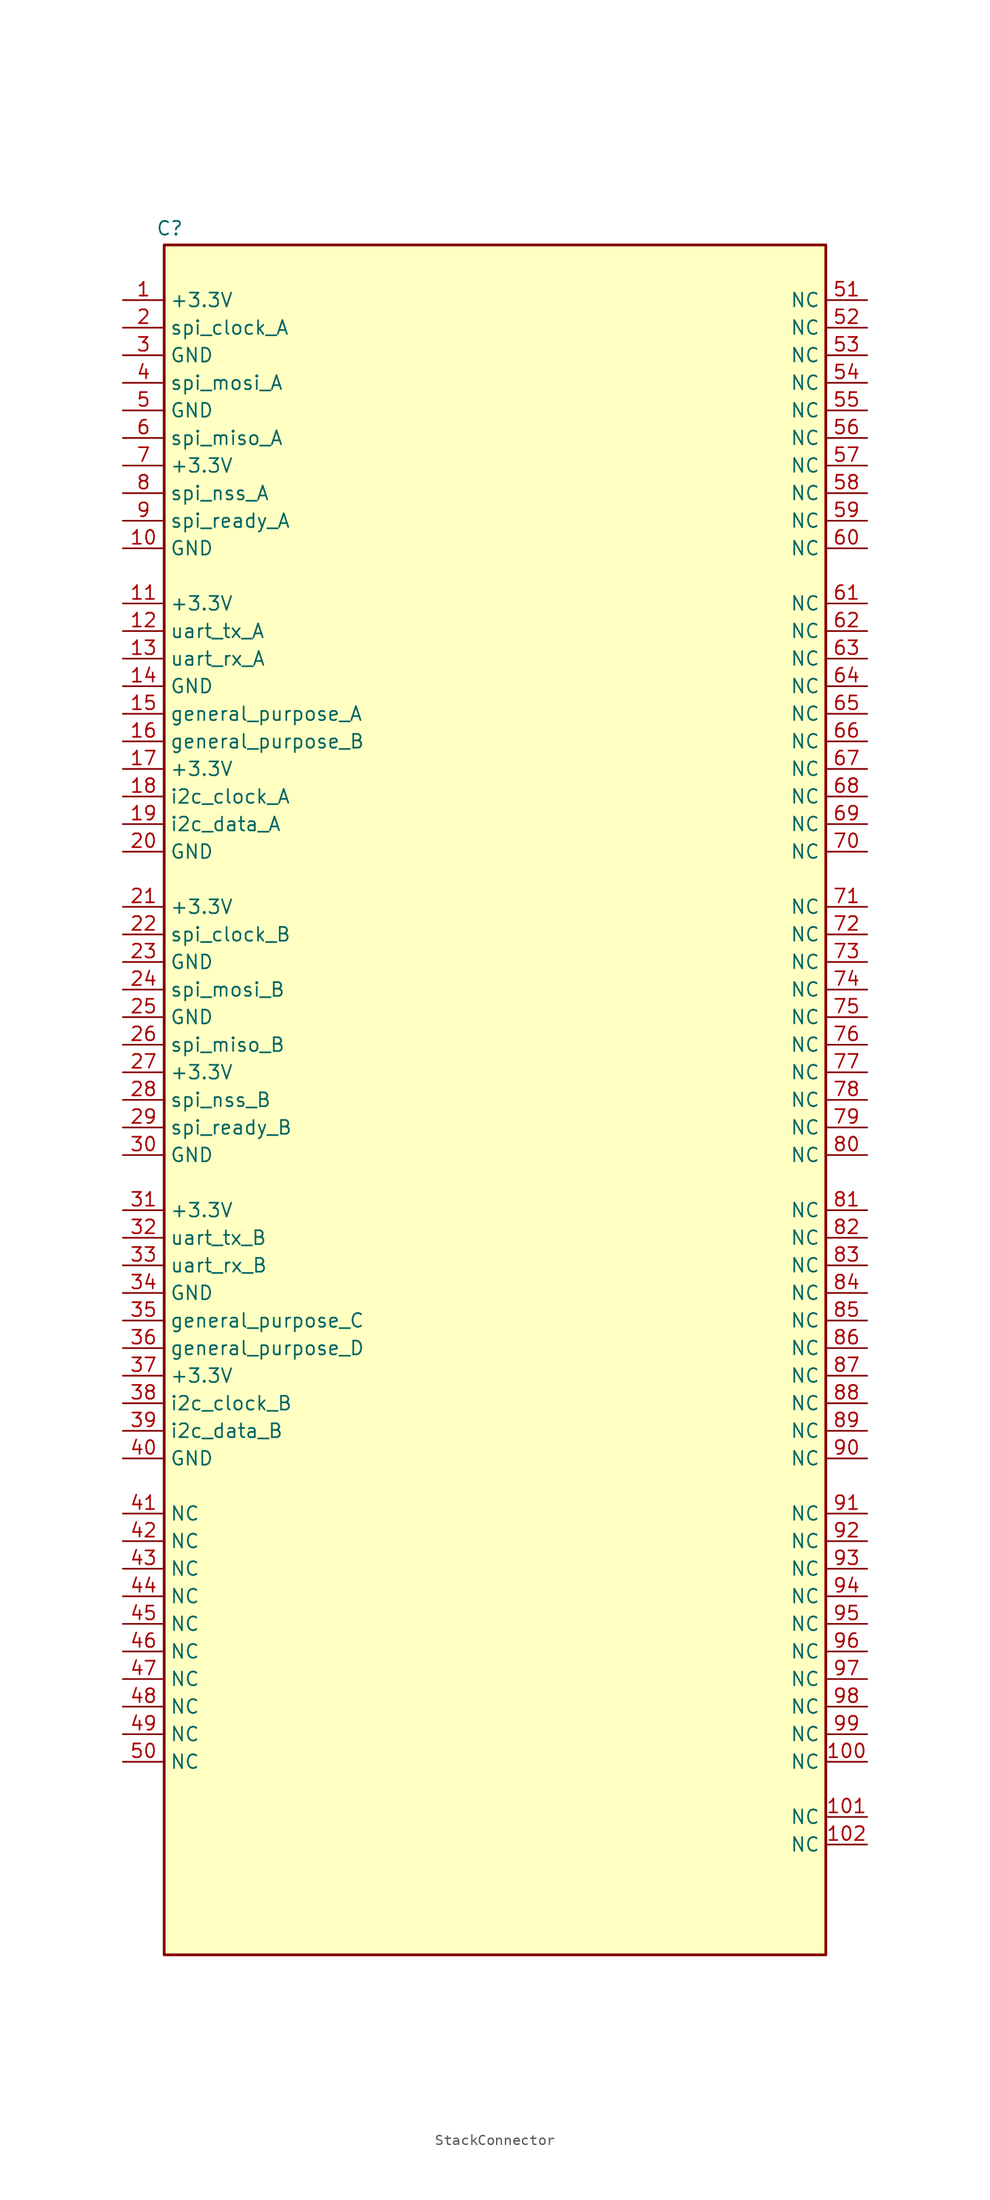
<source format=kicad_sym>
(kicad_symbol_lib
  (version 20241209)
  (generator "kicad_symbol_editor")
  (generator_version "9.0")
  (symbol "StackConnector"
    (property "Reference" "C"
      (at 0.508 1.524 0)
      (effects (font (size 1.27 1.27))))
    (symbol "StackConnector_1_1"
      (rectangle (start 0 0) (end 60.96 -157.48) (stroke (width 0.254) (type default)) (fill (type background)))
      (pin passive line (at -3.81 -5.08 0) (length 3.81) (name "+3.3V" (effects (font (size 1.27 1.27)))) (number "1" (effects (font (size 1.27 1.27)))))
      (pin passive line (at -3.81 -7.62 0) (length 3.81) (name "spi_clock_A" (effects (font (size 1.27 1.27)))) (number "2" (effects (font (size 1.27 1.27)))))
      (pin passive line (at -3.81 -10.16 0) (length 3.81) (name "GND" (effects (font (size 1.27 1.27)))) (number "3" (effects (font (size 1.27 1.27)))))
      (pin passive line (at -3.81 -12.7 0) (length 3.81) (name "spi_mosi_A" (effects (font (size 1.27 1.27)))) (number "4" (effects (font (size 1.27 1.27)))))
      (pin passive line (at -3.81 -15.24 0) (length 3.81) (name "GND" (effects (font (size 1.27 1.27)))) (number "5" (effects (font (size 1.27 1.27)))))
      (pin passive line (at -3.81 -17.78 0) (length 3.81) (name "spi_miso_A" (effects (font (size 1.27 1.27)))) (number "6" (effects (font (size 1.27 1.27)))))
      (pin passive line (at -3.81 -20.32 0) (length 3.81) (name "+3.3V" (effects (font (size 1.27 1.27)))) (number "7" (effects (font (size 1.27 1.27)))))
      (pin passive line (at -3.81 -22.86 0) (length 3.81) (name "spi_nss_A" (effects (font (size 1.27 1.27)))) (number "8" (effects (font (size 1.27 1.27)))))
      (pin passive line (at -3.81 -25.4 0) (length 3.81) (name "spi_ready_A" (effects (font (size 1.27 1.27)))) (number "9" (effects (font (size 1.27 1.27)))))
      (pin passive line (at -3.81 -27.94 0) (length 3.81) (name "GND" (effects (font (size 1.27 1.27)))) (number "10" (effects (font (size 1.27 1.27)))))
      (pin passive line (at -3.81 -33.02 0) (length 3.81) (name "+3.3V" (effects (font (size 1.27 1.27)))) (number "11" (effects (font (size 1.27 1.27)))))
      (pin passive line (at -3.81 -35.56 0) (length 3.81) (name "uart_tx_A" (effects (font (size 1.27 1.27)))) (number "12" (effects (font (size 1.27 1.27)))))
      (pin passive line (at -3.81 -38.1 0) (length 3.81) (name "uart_rx_A" (effects (font (size 1.27 1.27)))) (number "13" (effects (font (size 1.27 1.27)))))
      (pin passive line (at -3.81 -40.64 0) (length 3.81) (name "GND" (effects (font (size 1.27 1.27)))) (number "14" (effects (font (size 1.27 1.27)))))
      (pin passive line (at -3.81 -43.18 0) (length 3.81) (name "general_purpose_A" (effects (font (size 1.27 1.27)))) (number "15" (effects (font (size 1.27 1.27)))))
      (pin passive line (at -3.81 -45.72 0) (length 3.81) (name "general_purpose_B" (effects (font (size 1.27 1.27)))) (number "16" (effects (font (size 1.27 1.27)))))
      (pin passive line (at -3.81 -48.26 0) (length 3.81) (name "+3.3V" (effects (font (size 1.27 1.27)))) (number "17" (effects (font (size 1.27 1.27)))))
      (pin passive line (at -3.81 -50.8 0) (length 3.81) (name "i2c_clock_A" (effects (font (size 1.27 1.27)))) (number "18" (effects (font (size 1.27 1.27)))))
      (pin passive line (at -3.81 -53.34 0) (length 3.81) (name "i2c_data_A" (effects (font (size 1.27 1.27)))) (number "19" (effects (font (size 1.27 1.27)))))
      (pin passive line (at -3.81 -55.88 0) (length 3.81) (name "GND" (effects (font (size 1.27 1.27)))) (number "20" (effects (font (size 1.27 1.27)))))
      (pin passive line (at -3.81 -60.96 0) (length 3.81) (name "+3.3V" (effects (font (size 1.27 1.27)))) (number "21" (effects (font (size 1.27 1.27)))))
      (pin passive line (at -3.81 -63.5 0) (length 3.81) (name "spi_clock_B" (effects (font (size 1.27 1.27)))) (number "22" (effects (font (size 1.27 1.27)))))
      (pin passive line (at -3.81 -66.04 0) (length 3.81) (name "GND" (effects (font (size 1.27 1.27)))) (number "23" (effects (font (size 1.27 1.27)))))
      (pin passive line (at -3.81 -68.58 0) (length 3.81) (name "spi_mosi_B" (effects (font (size 1.27 1.27)))) (number "24" (effects (font (size 1.27 1.27)))))
      (pin passive line (at -3.81 -71.12 0) (length 3.81) (name "GND" (effects (font (size 1.27 1.27)))) (number "25" (effects (font (size 1.27 1.27)))))
      (pin passive line (at -3.81 -73.66 0) (length 3.81) (name "spi_miso_B" (effects (font (size 1.27 1.27)))) (number "26" (effects (font (size 1.27 1.27)))))
      (pin passive line (at -3.81 -76.2 0) (length 3.81) (name "+3.3V" (effects (font (size 1.27 1.27)))) (number "27" (effects (font (size 1.27 1.27)))))
      (pin passive line (at -3.81 -78.74 0) (length 3.81) (name "spi_nss_B" (effects (font (size 1.27 1.27)))) (number "28" (effects (font (size 1.27 1.27)))))
      (pin passive line (at -3.81 -81.28 0) (length 3.81) (name "spi_ready_B" (effects (font (size 1.27 1.27)))) (number "29" (effects (font (size 1.27 1.27)))))
      (pin passive line (at -3.81 -83.82 0) (length 3.81) (name "GND" (effects (font (size 1.27 1.27)))) (number "30" (effects (font (size 1.27 1.27)))))
      (pin passive line (at -3.81 -88.9 0) (length 3.81) (name "+3.3V" (effects (font (size 1.27 1.27)))) (number "31" (effects (font (size 1.27 1.27)))))
      (pin passive line (at -3.81 -91.44 0) (length 3.81) (name "uart_tx_B" (effects (font (size 1.27 1.27)))) (number "32" (effects (font (size 1.27 1.27)))))
      (pin passive line (at -3.81 -93.98 0) (length 3.81) (name "uart_rx_B" (effects (font (size 1.27 1.27)))) (number "33" (effects (font (size 1.27 1.27)))))
      (pin passive line (at -3.81 -96.52 0) (length 3.81) (name "GND" (effects (font (size 1.27 1.27)))) (number "34" (effects (font (size 1.27 1.27)))))
      (pin passive line (at -3.81 -99.06 0) (length 3.81) (name "general_purpose_C" (effects (font (size 1.27 1.27)))) (number "35" (effects (font (size 1.27 1.27)))))
      (pin passive line (at -3.81 -101.6 0) (length 3.81) (name "general_purpose_D" (effects (font (size 1.27 1.27)))) (number "36" (effects (font (size 1.27 1.27)))))
      (pin passive line (at -3.81 -104.14 0) (length 3.81) (name "+3.3V" (effects (font (size 1.27 1.27)))) (number "37" (effects (font (size 1.27 1.27)))))
      (pin passive line (at -3.81 -106.68 0) (length 3.81) (name "i2c_clock_B" (effects (font (size 1.27 1.27)))) (number "38" (effects (font (size 1.27 1.27)))))
      (pin passive line (at -3.81 -109.22 0) (length 3.81) (name "i2c_data_B" (effects (font (size 1.27 1.27)))) (number "39" (effects (font (size 1.27 1.27)))))
      (pin passive line (at -3.81 -111.76 0) (length 3.81) (name "GND" (effects (font (size 1.27 1.27)))) (number "40" (effects (font (size 1.27 1.27)))))
      (pin passive line (at -3.81 -116.84 0) (length 3.81) (name "NC" (effects (font (size 1.27 1.27)))) (number "41" (effects (font (size 1.27 1.27)))))
      (pin passive line (at -3.81 -119.38 0) (length 3.81) (name "NC" (effects (font (size 1.27 1.27)))) (number "42" (effects (font (size 1.27 1.27)))))
      (pin passive line (at -3.81 -121.92 0) (length 3.81) (name "NC" (effects (font (size 1.27 1.27)))) (number "43" (effects (font (size 1.27 1.27)))))
      (pin passive line (at -3.81 -124.46 0) (length 3.81) (name "NC" (effects (font (size 1.27 1.27)))) (number "44" (effects (font (size 1.27 1.27)))))
      (pin passive line (at -3.81 -127 0) (length 3.81) (name "NC" (effects (font (size 1.27 1.27)))) (number "45" (effects (font (size 1.27 1.27)))))
      (pin passive line (at -3.81 -129.54 0) (length 3.81) (name "NC" (effects (font (size 1.27 1.27)))) (number "46" (effects (font (size 1.27 1.27)))))
      (pin passive line (at -3.81 -132.08 0) (length 3.81) (name "NC" (effects (font (size 1.27 1.27)))) (number "47" (effects (font (size 1.27 1.27)))))
      (pin passive line (at -3.81 -134.62 0) (length 3.81) (name "NC" (effects (font (size 1.27 1.27)))) (number "48" (effects (font (size 1.27 1.27)))))
      (pin passive line (at -3.81 -137.16 0) (length 3.81) (name "NC" (effects (font (size 1.27 1.27)))) (number "49" (effects (font (size 1.27 1.27)))))
      (pin passive line (at -3.81 -139.7 0) (length 3.81) (name "NC" (effects (font (size 1.27 1.27)))) (number "50" (effects (font (size 1.27 1.27)))))
      (pin passive line (at 64.77 -5.08 180) (length 3.81) (name "NC" (effects (font (size 1.27 1.27)))) (number "51" (effects (font (size 1.27 1.27)))))
      (pin passive line (at 64.77 -7.62 180) (length 3.81) (name "NC" (effects (font (size 1.27 1.27)))) (number "52" (effects (font (size 1.27 1.27)))))
      (pin passive line (at 64.77 -10.16 180) (length 3.81) (name "NC" (effects (font (size 1.27 1.27)))) (number "53" (effects (font (size 1.27 1.27)))))
      (pin passive line (at 64.77 -12.7 180) (length 3.81) (name "NC" (effects (font (size 1.27 1.27)))) (number "54" (effects (font (size 1.27 1.27)))))
      (pin passive line (at 64.77 -15.24 180) (length 3.81) (name "NC" (effects (font (size 1.27 1.27)))) (number "55" (effects (font (size 1.27 1.27)))))
      (pin passive line (at 64.77 -17.78 180) (length 3.81) (name "NC" (effects (font (size 1.27 1.27)))) (number "56" (effects (font (size 1.27 1.27)))))
      (pin passive line (at 64.77 -20.32 180) (length 3.81) (name "NC" (effects (font (size 1.27 1.27)))) (number "57" (effects (font (size 1.27 1.27)))))
      (pin passive line (at 64.77 -22.86 180) (length 3.81) (name "NC" (effects (font (size 1.27 1.27)))) (number "58" (effects (font (size 1.27 1.27)))))
      (pin passive line (at 64.77 -25.4 180) (length 3.81) (name "NC" (effects (font (size 1.27 1.27)))) (number "59" (effects (font (size 1.27 1.27)))))
      (pin passive line (at 64.77 -27.94 180) (length 3.81) (name "NC" (effects (font (size 1.27 1.27)))) (number "60" (effects (font (size 1.27 1.27)))))
      (pin passive line (at 64.77 -33.02 180) (length 3.81) (name "NC" (effects (font (size 1.27 1.27)))) (number "61" (effects (font (size 1.27 1.27)))))
      (pin passive line (at 64.77 -35.56 180) (length 3.81) (name "NC" (effects (font (size 1.27 1.27)))) (number "62" (effects (font (size 1.27 1.27)))))
      (pin passive line (at 64.77 -38.1 180) (length 3.81) (name "NC" (effects (font (size 1.27 1.27)))) (number "63" (effects (font (size 1.27 1.27)))))
      (pin passive line (at 64.77 -40.64 180) (length 3.81) (name "NC" (effects (font (size 1.27 1.27)))) (number "64" (effects (font (size 1.27 1.27)))))
      (pin passive line (at 64.77 -43.18 180) (length 3.81) (name "NC" (effects (font (size 1.27 1.27)))) (number "65" (effects (font (size 1.27 1.27)))))
      (pin passive line (at 64.77 -45.72 180) (length 3.81) (name "NC" (effects (font (size 1.27 1.27)))) (number "66" (effects (font (size 1.27 1.27)))))
      (pin passive line (at 64.77 -48.26 180) (length 3.81) (name "NC" (effects (font (size 1.27 1.27)))) (number "67" (effects (font (size 1.27 1.27)))))
      (pin passive line (at 64.77 -50.8 180) (length 3.81) (name "NC" (effects (font (size 1.27 1.27)))) (number "68" (effects (font (size 1.27 1.27)))))
      (pin passive line (at 64.77 -53.34 180) (length 3.81) (name "NC" (effects (font (size 1.27 1.27)))) (number "69" (effects (font (size 1.27 1.27)))))
      (pin passive line (at 64.77 -55.88 180) (length 3.81) (name "NC" (effects (font (size 1.27 1.27)))) (number "70" (effects (font (size 1.27 1.27)))))
      (pin passive line (at 64.77 -60.96 180) (length 3.81) (name "NC" (effects (font (size 1.27 1.27)))) (number "71" (effects (font (size 1.27 1.27)))))
      (pin passive line (at 64.77 -63.5 180) (length 3.81) (name "NC" (effects (font (size 1.27 1.27)))) (number "72" (effects (font (size 1.27 1.27)))))
      (pin passive line (at 64.77 -66.04 180) (length 3.81) (name "NC" (effects (font (size 1.27 1.27)))) (number "73" (effects (font (size 1.27 1.27)))))
      (pin passive line (at 64.77 -68.58 180) (length 3.81) (name "NC" (effects (font (size 1.27 1.27)))) (number "74" (effects (font (size 1.27 1.27)))))
      (pin passive line (at 64.77 -71.12 180) (length 3.81) (name "NC" (effects (font (size 1.27 1.27)))) (number "75" (effects (font (size 1.27 1.27)))))
      (pin passive line (at 64.77 -73.66 180) (length 3.81) (name "NC" (effects (font (size 1.27 1.27)))) (number "76" (effects (font (size 1.27 1.27)))))
      (pin passive line (at 64.77 -76.2 180) (length 3.81) (name "NC" (effects (font (size 1.27 1.27)))) (number "77" (effects (font (size 1.27 1.27)))))
      (pin passive line (at 64.77 -78.74 180) (length 3.81) (name "NC" (effects (font (size 1.27 1.27)))) (number "78" (effects (font (size 1.27 1.27)))))
      (pin passive line (at 64.77 -81.28 180) (length 3.81) (name "NC" (effects (font (size 1.27 1.27)))) (number "79" (effects (font (size 1.27 1.27)))))
      (pin passive line (at 64.77 -83.82 180) (length 3.81) (name "NC" (effects (font (size 1.27 1.27)))) (number "80" (effects (font (size 1.27 1.27)))))
      (pin passive line (at 64.77 -88.9 180) (length 3.81) (name "NC" (effects (font (size 1.27 1.27)))) (number "81" (effects (font (size 1.27 1.27)))))
      (pin passive line (at 64.77 -91.44 180) (length 3.81) (name "NC" (effects (font (size 1.27 1.27)))) (number "82" (effects (font (size 1.27 1.27)))))
      (pin passive line (at 64.77 -93.98 180) (length 3.81) (name "NC" (effects (font (size 1.27 1.27)))) (number "83" (effects (font (size 1.27 1.27)))))
      (pin passive line (at 64.77 -96.52 180) (length 3.81) (name "NC" (effects (font (size 1.27 1.27)))) (number "84" (effects (font (size 1.27 1.27)))))
      (pin passive line (at 64.77 -99.06 180) (length 3.81) (name "NC" (effects (font (size 1.27 1.27)))) (number "85" (effects (font (size 1.27 1.27)))))
      (pin passive line (at 64.77 -101.6 180) (length 3.81) (name "NC" (effects (font (size 1.27 1.27)))) (number "86" (effects (font (size 1.27 1.27)))))
      (pin passive line (at 64.77 -104.14 180) (length 3.81) (name "NC" (effects (font (size 1.27 1.27)))) (number "87" (effects (font (size 1.27 1.27)))))
      (pin passive line (at 64.77 -106.68 180) (length 3.81) (name "NC" (effects (font (size 1.27 1.27)))) (number "88" (effects (font (size 1.27 1.27)))))
      (pin passive line (at 64.77 -109.22 180) (length 3.81) (name "NC" (effects (font (size 1.27 1.27)))) (number "89" (effects (font (size 1.27 1.27)))))
      (pin passive line (at 64.77 -111.76 180) (length 3.81) (name "NC" (effects (font (size 1.27 1.27)))) (number "90" (effects (font (size 1.27 1.27)))))
      (pin passive line (at 64.77 -116.84 180) (length 3.81) (name "NC" (effects (font (size 1.27 1.27)))) (number "91" (effects (font (size 1.27 1.27)))))
      (pin passive line (at 64.77 -119.38 180) (length 3.81) (name "NC" (effects (font (size 1.27 1.27)))) (number "92" (effects (font (size 1.27 1.27)))))
      (pin passive line (at 64.77 -121.92 180) (length 3.81) (name "NC" (effects (font (size 1.27 1.27)))) (number "93" (effects (font (size 1.27 1.27)))))
      (pin passive line (at 64.77 -124.46 180) (length 3.81) (name "NC" (effects (font (size 1.27 1.27)))) (number "94" (effects (font (size 1.27 1.27)))))
      (pin passive line (at 64.77 -127 180) (length 3.81) (name "NC" (effects (font (size 1.27 1.27)))) (number "95" (effects (font (size 1.27 1.27)))))
      (pin passive line (at 64.77 -129.54 180) (length 3.81) (name "NC" (effects (font (size 1.27 1.27)))) (number "96" (effects (font (size 1.27 1.27)))))
      (pin passive line (at 64.77 -132.08 180) (length 3.81) (name "NC" (effects (font (size 1.27 1.27)))) (number "97" (effects (font (size 1.27 1.27)))))
      (pin passive line (at 64.77 -134.62 180) (length 3.81) (name "NC" (effects (font (size 1.27 1.27)))) (number "98" (effects (font (size 1.27 1.27)))))
      (pin passive line (at 64.77 -137.16 180) (length 3.81) (name "NC" (effects (font (size 1.27 1.27)))) (number "99" (effects (font (size 1.27 1.27)))))
      (pin passive line (at 64.77 -139.7 180) (length 3.81) (name "NC" (effects (font (size 1.27 1.27)))) (number "100" (effects (font (size 1.27 1.27)))))
      (pin passive line (at 64.77 -144.78 180) (length 3.81) (name "NC" (effects (font (size 1.27 1.27)))) (number "101" (effects (font (size 1.27 1.27)))))
      (pin passive line (at 64.77 -147.32 180) (length 3.81) (name "NC" (effects (font (size 1.27 1.27)))) (number "102" (effects (font (size 1.27 1.27))))))))
</source>
